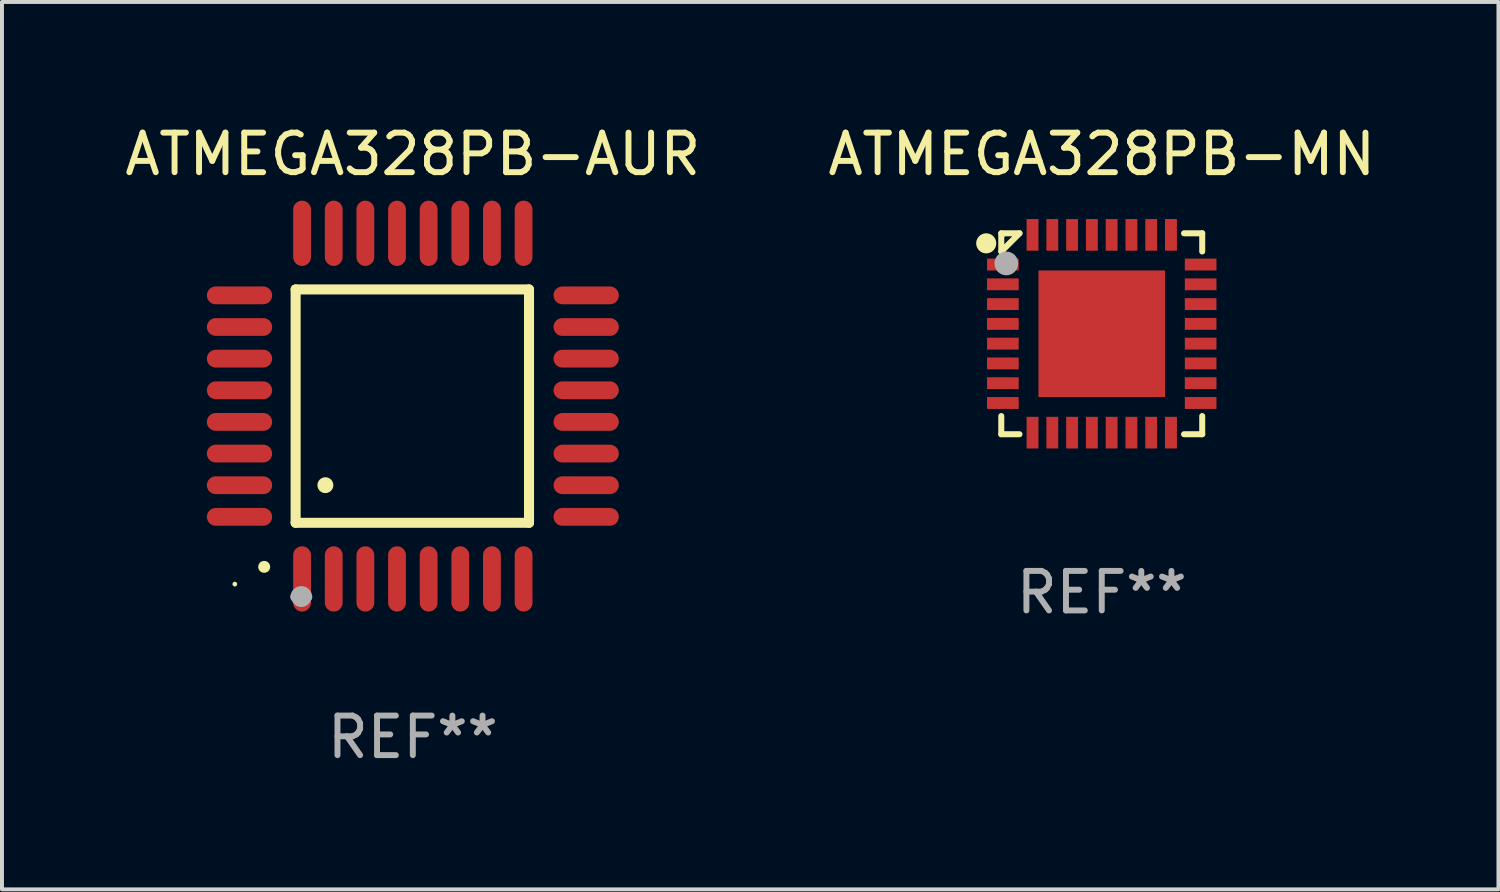
<source format=kicad_pcb>
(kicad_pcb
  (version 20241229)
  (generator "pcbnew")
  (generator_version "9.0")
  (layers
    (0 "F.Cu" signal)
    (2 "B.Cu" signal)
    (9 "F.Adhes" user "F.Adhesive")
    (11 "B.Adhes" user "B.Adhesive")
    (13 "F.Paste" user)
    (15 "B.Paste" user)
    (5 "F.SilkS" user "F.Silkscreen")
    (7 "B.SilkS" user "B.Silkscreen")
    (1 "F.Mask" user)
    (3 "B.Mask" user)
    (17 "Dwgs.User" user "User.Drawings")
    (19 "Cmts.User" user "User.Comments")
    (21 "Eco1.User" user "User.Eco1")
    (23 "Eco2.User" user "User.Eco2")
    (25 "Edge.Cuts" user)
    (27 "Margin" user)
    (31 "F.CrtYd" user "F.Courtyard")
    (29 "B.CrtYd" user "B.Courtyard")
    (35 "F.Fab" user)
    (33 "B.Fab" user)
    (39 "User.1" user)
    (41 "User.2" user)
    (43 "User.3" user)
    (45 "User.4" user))
  (footprint "ATMEGA328PB-AUR"
    (layer "F.Cu")
    (at 7.387 7.217)
    (property "Reference" "ATMEGA328PB-AUR" (at 0 -6.369 0) (layer "F.SilkS") (effects (font (size 1 1) (thickness 0.15))))
    (attr through_hole)
    (fp_line (start -2.963 -2.95) (end -2.963 2.95) (stroke (width 0.254) (type solid)) (layer "F.SilkS"))
    (fp_line (start -2.963 2.95) (end 2.937 2.95) (stroke (width 0.254) (type solid)) (layer "F.SilkS"))
    (fp_line (start 2.937 -2.95) (end -2.963 -2.95) (stroke (width 0.254) (type solid)) (layer "F.SilkS"))
    (fp_line (start 2.937 2.95) (end 2.937 -2.95) (stroke (width 0.254) (type solid)) (layer "F.SilkS"))
    (fp_arc (start -3.759208 4.064008) (mid -3.757938 4.064003) (end -3.756668 4.064008) (stroke (width 0.3) (type solid)) (layer "F.SilkS"))
    (fp_arc (start -2.212344 1.998984) (mid -2.211074 1.99898) (end -2.209804 1.998984) (stroke (width 0.4) (type solid)) (layer "F.SilkS"))
    (fp_circle (center -4.5 4.5) (end -4.47 4.5) (stroke (width 0.06) (type solid)) (fill no) (layer "F.SilkS"))
    (fp_arc (start -2.967489 4.82601) (mid -2.819406 4.677927) (end -2.671323 4.82601) (stroke (width 0.254001) (type solid)) (layer "F.Fab"))
    (fp_arc (start -2.967488 4.82601) (mid -2.819406 4.791053) (end -2.671324 4.82601) (stroke (width 0.254001) (type solid)) (layer "F.Fab"))
    (fp_circle (center -2.819 4.826) (end -2.692 4.826) (stroke (width 0.254) (type solid)) (fill no) (layer "F.Fab"))
    (fp_text user "REF**" (at 0 8.369 0) (layer "F.Fab") (effects (font (size 1 1) (thickness 0.15))))
    (pad "1" smd oval (at -2.8 4.369) (size 0.45 1.65) (layers "F.Cu" "F.Mask" "F.Paste"))
    (pad "2" smd oval (at -2 4.369) (size 0.45 1.65) (layers "F.Cu" "F.Mask" "F.Paste"))
    (pad "3" smd oval (at -1.2 4.369) (size 0.45 1.65) (layers "F.Cu" "F.Mask" "F.Paste"))
    (pad "4" smd oval (at -0.4 4.369) (size 0.45 1.65) (layers "F.Cu" "F.Mask" "F.Paste"))
    (pad "5" smd oval (at 0.4 4.369) (size 0.45 1.65) (layers "F.Cu" "F.Mask" "F.Paste"))
    (pad "6" smd oval (at 1.2 4.369) (size 0.45 1.65) (layers "F.Cu" "F.Mask" "F.Paste"))
    (pad "7" smd oval (at 2 4.369) (size 0.45 1.65) (layers "F.Cu" "F.Mask" "F.Paste"))
    (pad "8" smd oval (at 2.8 4.369) (size 0.45 1.65) (layers "F.Cu" "F.Mask" "F.Paste"))
    (pad "9" smd oval (at 4.382 2.8) (size 1.65 0.45) (layers "F.Cu" "F.Mask" "F.Paste"))
    (pad "10" smd oval (at 4.382 2) (size 1.65 0.45) (layers "F.Cu" "F.Mask" "F.Paste"))
    (pad "11" smd oval (at 4.382 1.2) (size 1.65 0.45) (layers "F.Cu" "F.Mask" "F.Paste"))
    (pad "12" smd oval (at 4.382 0.4) (size 1.65 0.45) (layers "F.Cu" "F.Mask" "F.Paste"))
    (pad "13" smd oval (at 4.382 -0.4) (size 1.65 0.45) (layers "F.Cu" "F.Mask" "F.Paste"))
    (pad "14" smd oval (at 4.382 -1.2) (size 1.65 0.45) (layers "F.Cu" "F.Mask" "F.Paste"))
    (pad "15" smd oval (at 4.382 -2) (size 1.65 0.45) (layers "F.Cu" "F.Mask" "F.Paste"))
    (pad "16" smd oval (at 4.382 -2.8) (size 1.65 0.45) (layers "F.Cu" "F.Mask" "F.Paste"))
    (pad "17" smd oval (at 2.8 -4.369) (size 0.45 1.65) (layers "F.Cu" "F.Mask" "F.Paste"))
    (pad "18" smd oval (at 2 -4.369) (size 0.45 1.65) (layers "F.Cu" "F.Mask" "F.Paste"))
    (pad "19" smd oval (at 1.2 -4.369) (size 0.45 1.65) (layers "F.Cu" "F.Mask" "F.Paste"))
    (pad "20" smd oval (at 0.4 -4.369) (size 0.45 1.65) (layers "F.Cu" "F.Mask" "F.Paste"))
    (pad "21" smd oval (at -0.4 -4.369) (size 0.45 1.65) (layers "F.Cu" "F.Mask" "F.Paste"))
    (pad "22" smd oval (at -1.2 -4.369) (size 0.45 1.65) (layers "F.Cu" "F.Mask" "F.Paste"))
    (pad "23" smd oval (at -2 -4.369) (size 0.45 1.65) (layers "F.Cu" "F.Mask" "F.Paste"))
    (pad "24" smd oval (at -2.8 -4.369) (size 0.45 1.65) (layers "F.Cu" "F.Mask" "F.Paste"))
    (pad "25" smd oval (at -4.382 -2.8) (size 1.65 0.45) (layers "F.Cu" "F.Mask" "F.Paste"))
    (pad "26" smd oval (at -4.382 -2) (size 1.65 0.45) (layers "F.Cu" "F.Mask" "F.Paste"))
    (pad "27" smd oval (at -4.382 -1.2) (size 1.65 0.45) (layers "F.Cu" "F.Mask" "F.Paste"))
    (pad "28" smd oval (at -4.382 -0.4) (size 1.65 0.45) (layers "F.Cu" "F.Mask" "F.Paste"))
    (pad "29" smd oval (at -4.382 0.4) (size 1.65 0.45) (layers "F.Cu" "F.Mask" "F.Paste"))
    (pad "30" smd oval (at -4.382 1.2) (size 1.65 0.45) (layers "F.Cu" "F.Mask" "F.Paste"))
    (pad "31" smd oval (at -4.382 2) (size 1.65 0.45) (layers "F.Cu" "F.Mask" "F.Paste"))
    (pad "32" smd oval (at -4.382 2.8) (size 1.65 0.45) (layers "F.Cu" "F.Mask" "F.Paste")))
  (footprint "ATMEGA328PB-MN"
    (layer "F.Cu")
    (at 24.804 5.388)
    (property "Reference" "ATMEGA328PB-MN" (at 0 -4.54 0) (layer "F.SilkS") (effects (font (size 1 1) (thickness 0.15))))
    (attr through_hole)
    (fp_line (start -2.54 -2.54) (end -2.08 -2.54) (stroke (width 0.152) (type solid)) (layer "F.SilkS"))
    (fp_line (start -2.54 -2.08) (end -2.54 -2.54) (stroke (width 0.152) (type solid)) (layer "F.SilkS"))
    (fp_line (start -2.54 -2.08) (end -2.08 -2.54) (stroke (width 0.152) (type solid)) (layer "F.SilkS"))
    (fp_line (start -2.54 2.54) (end -2.54 2.08) (stroke (width 0.152) (type solid)) (layer "F.SilkS"))
    (fp_line (start -2.08 2.54) (end -2.54 2.54) (stroke (width 0.152) (type solid)) (layer "F.SilkS"))
    (fp_line (start 2.08 -2.54) (end 2.54 -2.54) (stroke (width 0.152) (type solid)) (layer "F.SilkS"))
    (fp_line (start 2.54 -2.54) (end 2.54 -2.08) (stroke (width 0.152) (type solid)) (layer "F.SilkS"))
    (fp_line (start 2.54 2.08) (end 2.54 2.54) (stroke (width 0.152) (type solid)) (layer "F.SilkS"))
    (fp_line (start 2.54 2.54) (end 2.08 2.54) (stroke (width 0.152) (type solid)) (layer "F.SilkS"))
    (fp_circle (center -2.921 -2.286) (end -2.794 -2.286) (stroke (width 0.254) (type solid)) (fill no) (layer "F.SilkS"))
    (fp_circle (center -2.5 -2.5) (end -2.47 -2.5) (stroke (width 0.06) (type solid)) (fill no) (layer "F.SilkS"))
    (fp_circle (center -2.413 -1.778) (end -2.263 -1.778) (stroke (width 0.3) (type solid)) (fill no) (layer "F.Fab"))
    (fp_text user "REF**" (at 0 6.54 0) (layer "F.Fab") (effects (font (size 1 1) (thickness 0.15))))
    (pad "1" smd rect (at -2.5 -1.75 90) (size 0.3 0.8) (layers "F.Cu" "F.Mask" "F.Paste"))
    (pad "2" smd rect (at -2.5 -1.25 90) (size 0.3 0.8) (layers "F.Cu" "F.Mask" "F.Paste"))
    (pad "3" smd rect (at -2.5 -0.75 90) (size 0.3 0.8) (layers "F.Cu" "F.Mask" "F.Paste"))
    (pad "4" smd rect (at -2.5 -0.25 90) (size 0.3 0.8) (layers "F.Cu" "F.Mask" "F.Paste"))
    (pad "5" smd rect (at -2.5 0.25 90) (size 0.3 0.8) (layers "F.Cu" "F.Mask" "F.Paste"))
    (pad "6" smd rect (at -2.5 0.75 90) (size 0.3 0.8) (layers "F.Cu" "F.Mask" "F.Paste"))
    (pad "7" smd rect (at -2.5 1.25 90) (size 0.3 0.8) (layers "F.Cu" "F.Mask" "F.Paste"))
    (pad "8" smd rect (at -2.5 1.75 90) (size 0.3 0.8) (layers "F.Cu" "F.Mask" "F.Paste"))
    (pad "9" smd rect (at -1.75 2.5 180) (size 0.3 0.8) (layers "F.Cu" "F.Mask" "F.Paste"))
    (pad "10" smd rect (at -1.25 2.5 180) (size 0.3 0.8) (layers "F.Cu" "F.Mask" "F.Paste"))
    (pad "11" smd rect (at -0.75 2.5 180) (size 0.3 0.8) (layers "F.Cu" "F.Mask" "F.Paste"))
    (pad "12" smd rect (at -0.25 2.5 180) (size 0.3 0.8) (layers "F.Cu" "F.Mask" "F.Paste"))
    (pad "13" smd rect (at 0.25 2.5 180) (size 0.3 0.8) (layers "F.Cu" "F.Mask" "F.Paste"))
    (pad "14" smd rect (at 0.75 2.5 180) (size 0.3 0.8) (layers "F.Cu" "F.Mask" "F.Paste"))
    (pad "15" smd rect (at 1.25 2.5 180) (size 0.3 0.8) (layers "F.Cu" "F.Mask" "F.Paste"))
    (pad "16" smd rect (at 1.75 2.5 180) (size 0.3 0.8) (layers "F.Cu" "F.Mask" "F.Paste"))
    (pad "17" smd rect (at 2.5 1.75 270) (size 0.3 0.8) (layers "F.Cu" "F.Mask" "F.Paste"))
    (pad "18" smd rect (at 2.5 1.25 270) (size 0.3 0.8) (layers "F.Cu" "F.Mask" "F.Paste"))
    (pad "19" smd rect (at 2.5 0.75 270) (size 0.3 0.8) (layers "F.Cu" "F.Mask" "F.Paste"))
    (pad "20" smd rect (at 2.5 0.25 270) (size 0.3 0.8) (layers "F.Cu" "F.Mask" "F.Paste"))
    (pad "21" smd rect (at 2.5 -0.25 270) (size 0.3 0.8) (layers "F.Cu" "F.Mask" "F.Paste"))
    (pad "22" smd rect (at 2.5 -0.75 270) (size 0.3 0.8) (layers "F.Cu" "F.Mask" "F.Paste"))
    (pad "23" smd rect (at 2.5 -1.25 270) (size 0.3 0.8) (layers "F.Cu" "F.Mask" "F.Paste"))
    (pad "24" smd rect (at 2.5 -1.75 270) (size 0.3 0.8) (layers "F.Cu" "F.Mask" "F.Paste"))
    (pad "25" smd rect (at 1.75 -2.5) (size 0.3 0.8) (layers "F.Cu" "F.Mask" "F.Paste"))
    (pad "26" smd rect (at 1.25 -2.5) (size 0.3 0.8) (layers "F.Cu" "F.Mask" "F.Paste"))
    (pad "27" smd rect (at 0.75 -2.5) (size 0.3 0.8) (layers "F.Cu" "F.Mask" "F.Paste"))
    (pad "28" smd rect (at 0.25 -2.5) (size 0.3 0.8) (layers "F.Cu" "F.Mask" "F.Paste"))
    (pad "29" smd rect (at -0.25 -2.5) (size 0.3 0.8) (layers "F.Cu" "F.Mask" "F.Paste"))
    (pad "30" smd rect (at -0.75 -2.5) (size 0.3 0.8) (layers "F.Cu" "F.Mask" "F.Paste"))
    (pad "31" smd rect (at -1.25 -2.5) (size 0.3 0.8) (layers "F.Cu" "F.Mask" "F.Paste"))
    (pad "32" smd rect (at -1.75 -2.5) (size 0.3 0.8) (layers "F.Cu" "F.Mask" "F.Paste"))
    (pad "33" smd rect (at 0 0 90) (size 3.2 3.2) (layers "F.Cu" "F.Mask" "F.Paste")))
  (gr_rect
    (start -3 -3)
    (end 34.833 19.434)
    (stroke (width 0.1) (type default))
    (fill no)
    (layer "Edge.Cuts")))
</source>
